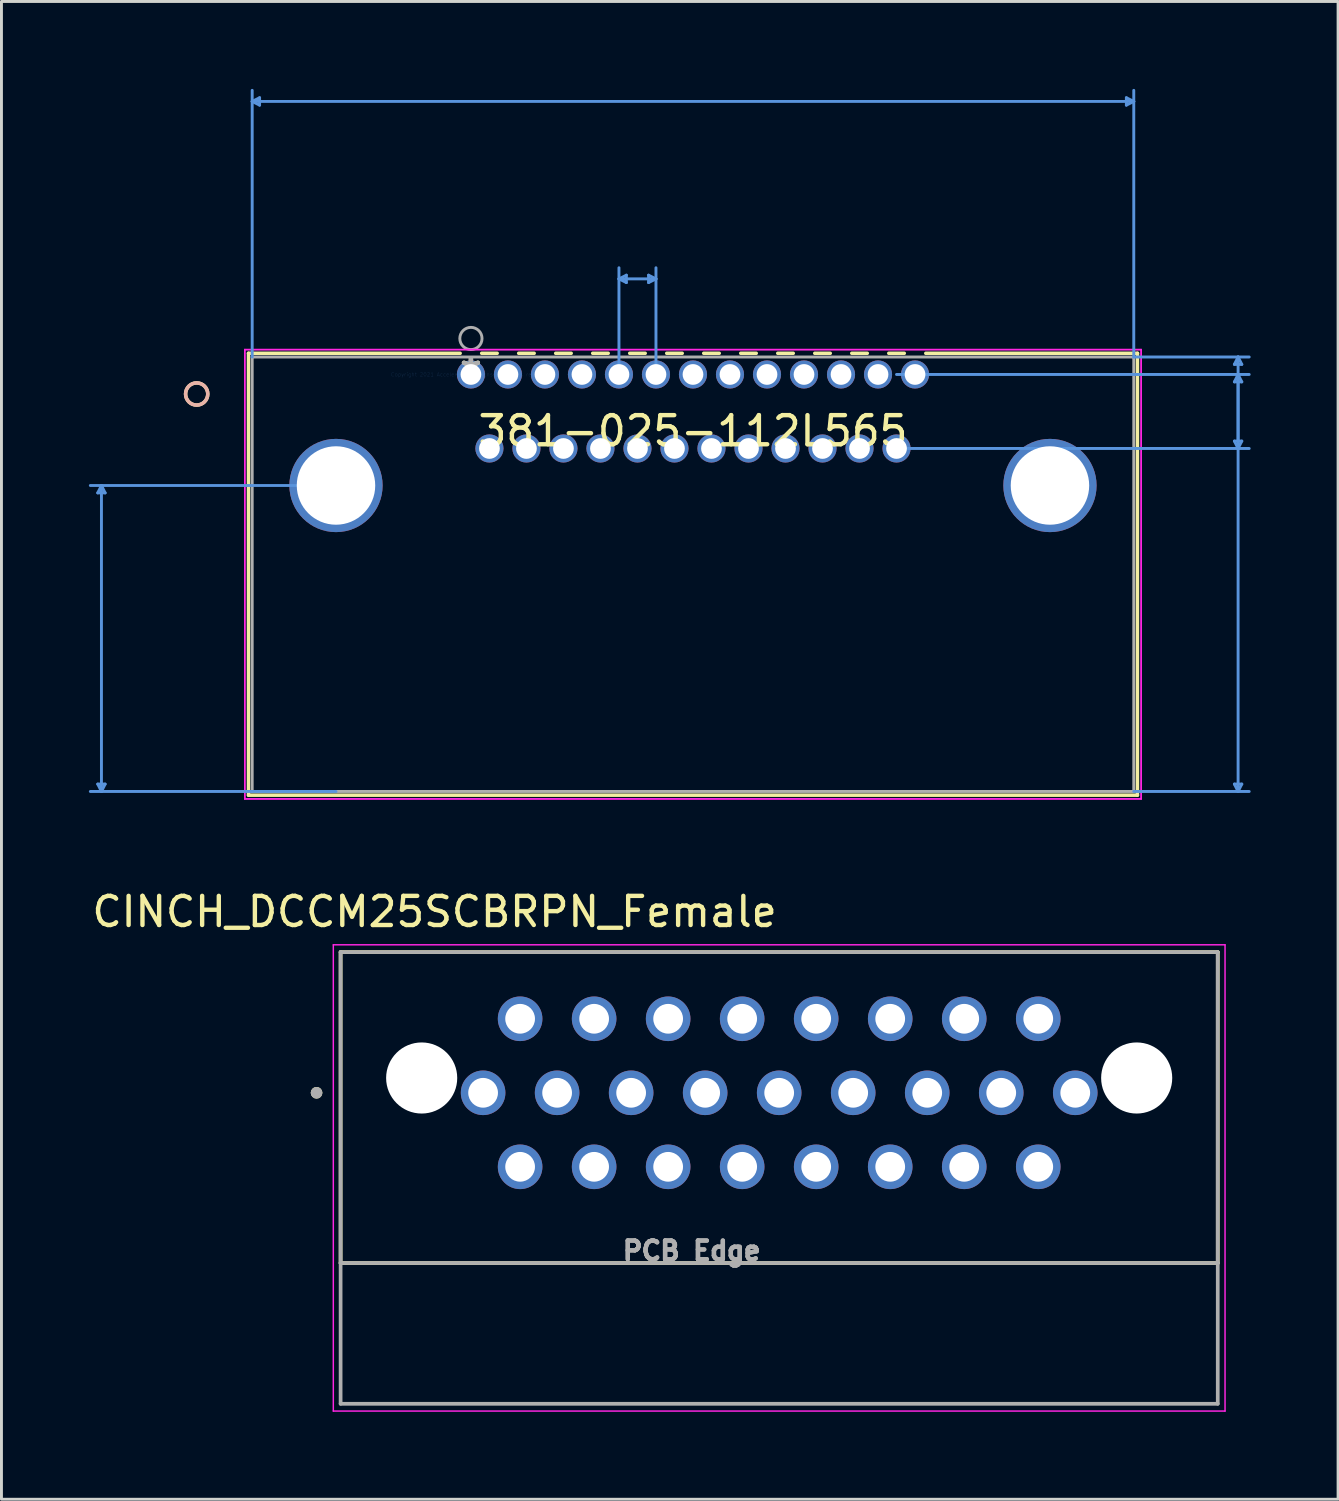
<source format=kicad_pcb>
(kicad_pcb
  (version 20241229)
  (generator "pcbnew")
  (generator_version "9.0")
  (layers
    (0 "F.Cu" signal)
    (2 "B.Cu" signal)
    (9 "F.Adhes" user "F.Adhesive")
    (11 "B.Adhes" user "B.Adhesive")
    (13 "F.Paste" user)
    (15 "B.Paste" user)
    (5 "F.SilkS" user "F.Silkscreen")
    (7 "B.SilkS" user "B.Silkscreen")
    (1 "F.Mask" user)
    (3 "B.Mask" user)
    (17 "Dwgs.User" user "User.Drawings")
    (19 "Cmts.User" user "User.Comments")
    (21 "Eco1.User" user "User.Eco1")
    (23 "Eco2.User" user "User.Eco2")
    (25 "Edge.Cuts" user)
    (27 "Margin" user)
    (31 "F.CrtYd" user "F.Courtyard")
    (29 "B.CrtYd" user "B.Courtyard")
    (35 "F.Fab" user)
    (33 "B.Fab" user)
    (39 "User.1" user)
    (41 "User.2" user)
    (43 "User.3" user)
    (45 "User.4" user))
  (footprint "381-025-112L565"
    (layer "F.Cu")
    (at 13.11 9.8)
    (property "Reference" "381-025-112L565" (at 7.62 1.94 0) (layer "F.SilkS") (effects (font (size 1 1) (thickness 0.15))))
    (attr through_hole)
    (fp_line (start -7.633 -0.727) (end -7.633 14.437) (stroke (width 0.12) (type solid)) (layer "F.SilkS"))
    (fp_line (start -7.633 14.437) (end 22.873 14.437) (stroke (width 0.12) (type solid)) (layer "F.SilkS"))
    (fp_line (start -0.369 -0.727) (end -7.633 -0.727) (stroke (width 0.12) (type solid)) (layer "F.SilkS"))
    (fp_line (start 0.901 -0.727) (end 0.369 -0.727) (stroke (width 0.12) (type solid)) (layer "F.SilkS"))
    (fp_line (start 2.171 -0.727) (end 1.639 -0.727) (stroke (width 0.12) (type solid)) (layer "F.SilkS"))
    (fp_line (start 3.441 -0.727) (end 2.909 -0.727) (stroke (width 0.12) (type solid)) (layer "F.SilkS"))
    (fp_line (start 4.711 -0.727) (end 4.179 -0.727) (stroke (width 0.12) (type solid)) (layer "F.SilkS"))
    (fp_line (start 5.981 -0.727) (end 5.449 -0.727) (stroke (width 0.12) (type solid)) (layer "F.SilkS"))
    (fp_line (start 7.251 -0.727) (end 6.719 -0.727) (stroke (width 0.12) (type solid)) (layer "F.SilkS"))
    (fp_line (start 8.521 -0.727) (end 7.989 -0.727) (stroke (width 0.12) (type solid)) (layer "F.SilkS"))
    (fp_line (start 9.791 -0.727) (end 9.259 -0.727) (stroke (width 0.12) (type solid)) (layer "F.SilkS"))
    (fp_line (start 11.061 -0.727) (end 10.529 -0.727) (stroke (width 0.12) (type solid)) (layer "F.SilkS"))
    (fp_line (start 12.331 -0.727) (end 11.799 -0.727) (stroke (width 0.12) (type solid)) (layer "F.SilkS"))
    (fp_line (start 13.601 -0.727) (end 13.069 -0.727) (stroke (width 0.12) (type solid)) (layer "F.SilkS"))
    (fp_line (start 14.871 -0.727) (end 14.339 -0.727) (stroke (width 0.12) (type solid)) (layer "F.SilkS"))
    (fp_line (start 22.873 -0.727) (end 15.609 -0.727) (stroke (width 0.12) (type solid)) (layer "F.SilkS"))
    (fp_line (start 22.873 14.437) (end 22.873 -0.727) (stroke (width 0.12) (type solid)) (layer "F.SilkS"))
    (fp_circle (center -9.411 0.67) (end -9.03 0.67) (stroke (width 0.12) (type solid)) (fill no) (layer "F.SilkS"))
    (fp_circle (center -9.411 0.67) (end -9.03 0.67) (stroke (width 0.12) (type solid)) (fill no) (layer "B.SilkS"))
    (fp_line (start -12.806 14.056) (end -12.679 14.31) (stroke (width 0.1) (type solid)) (layer "Cmts.User"))
    (fp_line (start -12.806 4.064) (end -12.679 3.81) (stroke (width 0.1) (type solid)) (layer "Cmts.User"))
    (fp_line (start -12.806 4.064) (end -12.552 4.064) (stroke (width 0.1) (type solid)) (layer "Cmts.User"))
    (fp_line (start -12.679 3.81) (end -12.679 14.31) (stroke (width 0.1) (type solid)) (layer "Cmts.User"))
    (fp_line (start -12.552 14.056) (end -12.806 14.056) (stroke (width 0.1) (type solid)) (layer "Cmts.User"))
    (fp_line (start -12.552 14.056) (end -12.679 14.31) (stroke (width 0.1) (type solid)) (layer "Cmts.User"))
    (fp_line (start -12.552 4.064) (end -12.679 3.81) (stroke (width 0.1) (type solid)) (layer "Cmts.User"))
    (fp_line (start -7.506 -9.369) (end 22.746 -9.369) (stroke (width 0.1) (type solid)) (layer "Cmts.User"))
    (fp_line (start -7.506 -0.6) (end -7.506 -9.75) (stroke (width 0.1) (type solid)) (layer "Cmts.User"))
    (fp_line (start -7.252 -9.242) (end -7.506 -9.369) (stroke (width 0.1) (type solid)) (layer "Cmts.User"))
    (fp_line (start -7.252 -9.242) (end -7.252 -9.496) (stroke (width 0.1) (type solid)) (layer "Cmts.User"))
    (fp_line (start -7.252 -9.496) (end -7.506 -9.369) (stroke (width 0.1) (type solid)) (layer "Cmts.User"))
    (fp_line (start -4.63 3.81) (end -13.06 3.81) (stroke (width 0.1) (type solid)) (layer "Cmts.User"))
    (fp_line (start -4.63 14.31) (end -13.06 14.31) (stroke (width 0.1) (type solid)) (layer "Cmts.User"))
    (fp_line (start 5.08 -3.28) (end 6.35 -3.28) (stroke (width 0.1) (type solid)) (layer "Cmts.User"))
    (fp_line (start 5.08 0) (end 5.08 -3.661) (stroke (width 0.1) (type solid)) (layer "Cmts.User"))
    (fp_line (start 5.334 -3.153) (end 5.08 -3.28) (stroke (width 0.1) (type solid)) (layer "Cmts.User"))
    (fp_line (start 5.334 -3.153) (end 5.334 -3.407) (stroke (width 0.1) (type solid)) (layer "Cmts.User"))
    (fp_line (start 5.334 -3.407) (end 5.08 -3.28) (stroke (width 0.1) (type solid)) (layer "Cmts.User"))
    (fp_line (start 6.096 -3.153) (end 6.35 -3.28) (stroke (width 0.1) (type solid)) (layer "Cmts.User"))
    (fp_line (start 6.096 -3.407) (end 6.096 -3.153) (stroke (width 0.1) (type solid)) (layer "Cmts.User"))
    (fp_line (start 6.096 -3.407) (end 6.35 -3.28) (stroke (width 0.1) (type solid)) (layer "Cmts.User"))
    (fp_line (start 6.35 0) (end 6.35 -3.661) (stroke (width 0.1) (type solid)) (layer "Cmts.User"))
    (fp_line (start 14.605 0) (end 26.707 0) (stroke (width 0.1) (type solid)) (layer "Cmts.User"))
    (fp_line (start 14.605 2.54) (end 26.707 2.54) (stroke (width 0.1) (type solid)) (layer "Cmts.User"))
    (fp_line (start 22.492 -9.496) (end 22.492 -9.242) (stroke (width 0.1) (type solid)) (layer "Cmts.User"))
    (fp_line (start 22.492 -9.496) (end 22.746 -9.369) (stroke (width 0.1) (type solid)) (layer "Cmts.User"))
    (fp_line (start 22.492 -9.242) (end 22.746 -9.369) (stroke (width 0.1) (type solid)) (layer "Cmts.User"))
    (fp_line (start 22.746 -0.6) (end 22.746 -9.75) (stroke (width 0.1) (type solid)) (layer "Cmts.User"))
    (fp_line (start 22.746 -0.6) (end 26.707 -0.6) (stroke (width 0.1) (type solid)) (layer "Cmts.User"))
    (fp_line (start 22.746 14.31) (end 26.707 14.31) (stroke (width 0.1) (type solid)) (layer "Cmts.User"))
    (fp_line (start 26.199 2.286) (end 26.326 2.54) (stroke (width 0.1) (type solid)) (layer "Cmts.User"))
    (fp_line (start 26.199 14.056) (end 26.326 14.31) (stroke (width 0.1) (type solid)) (layer "Cmts.User"))
    (fp_line (start 26.199 -0.346) (end 26.326 -0.6) (stroke (width 0.1) (type solid)) (layer "Cmts.User"))
    (fp_line (start 26.199 -0.346) (end 26.453 -0.346) (stroke (width 0.1) (type solid)) (layer "Cmts.User"))
    (fp_line (start 26.199 0.254) (end 26.326 0) (stroke (width 0.1) (type solid)) (layer "Cmts.User"))
    (fp_line (start 26.199 0.254) (end 26.453 0.254) (stroke (width 0.1) (type solid)) (layer "Cmts.User"))
    (fp_line (start 26.326 -0.6) (end 26.326 14.31) (stroke (width 0.1) (type solid)) (layer "Cmts.User"))
    (fp_line (start 26.326 0) (end 26.326 2.54) (stroke (width 0.1) (type solid)) (layer "Cmts.User"))
    (fp_line (start 26.453 2.286) (end 26.199 2.286) (stroke (width 0.1) (type solid)) (layer "Cmts.User"))
    (fp_line (start 26.453 2.286) (end 26.326 2.54) (stroke (width 0.1) (type solid)) (layer "Cmts.User"))
    (fp_line (start 26.453 14.056) (end 26.199 14.056) (stroke (width 0.1) (type solid)) (layer "Cmts.User"))
    (fp_line (start 26.453 14.056) (end 26.326 14.31) (stroke (width 0.1) (type solid)) (layer "Cmts.User"))
    (fp_line (start 26.453 -0.346) (end 26.326 -0.6) (stroke (width 0.1) (type solid)) (layer "Cmts.User"))
    (fp_line (start 26.453 0.254) (end 26.326 0) (stroke (width 0.1) (type solid)) (layer "Cmts.User"))
    (fp_line (start -7.76 -0.854) (end -7.76 14.564) (stroke (width 0.05) (type solid)) (layer "F.CrtYd"))
    (fp_line (start -7.76 -0.854) (end -7.76 14.564) (stroke (width 0.05) (type solid)) (layer "F.CrtYd"))
    (fp_line (start -7.76 14.564) (end 23 14.564) (stroke (width 0.05) (type solid)) (layer "F.CrtYd"))
    (fp_line (start -7.76 14.564) (end 23 14.564) (stroke (width 0.05) (type solid)) (layer "F.CrtYd"))
    (fp_line (start 23 -0.854) (end -7.76 -0.854) (stroke (width 0.05) (type solid)) (layer "F.CrtYd"))
    (fp_line (start 23 -0.854) (end -7.76 -0.854) (stroke (width 0.05) (type solid)) (layer "F.CrtYd"))
    (fp_line (start 23 14.564) (end 23 -0.854) (stroke (width 0.05) (type solid)) (layer "F.CrtYd"))
    (fp_line (start 23 14.564) (end 23 -0.854) (stroke (width 0.05) (type solid)) (layer "F.CrtYd"))
    (fp_line (start -7.506 -0.6) (end -7.506 14.31) (stroke (width 0.1) (type solid)) (layer "F.Fab"))
    (fp_line (start -7.506 14.31) (end 22.746 14.31) (stroke (width 0.1) (type solid)) (layer "F.Fab"))
    (fp_line (start 22.746 -0.6) (end -7.506 -0.6) (stroke (width 0.1) (type solid)) (layer "F.Fab"))
    (fp_line (start 22.746 14.31) (end 22.746 -0.6) (stroke (width 0.1) (type solid)) (layer "F.Fab"))
    (fp_circle (center 0 -1.235) (end 0.381 -1.235) (stroke (width 0.1) (type solid)) (fill no) (layer "F.Fab"))
    (fp_text user "*" (at 0 0 0) (layer "F.SilkS") (effects (font (size 1 1) (thickness 0.15))))
    (fp_text user "Copyright 2021 Accelerated Designs. All rights reserved." (at 0 0 0) (layer "Cmts.User") (effects (font (size 0.127 0.127) (thickness 0.002))))
    (fp_text user "*" (at 0 0 0) (layer "F.Fab") (effects (font (size 1 1) (thickness 0.15))))
    (pad "0" thru_hole circle (at -4.63 3.81) (size 3.2 3.2) (drill 2.692) (layers "*.Cu" "*.Mask"))
    (pad "0" thru_hole circle (at 19.87 3.81) (size 3.2 3.2) (drill 2.692) (layers "*.Cu" "*.Mask"))
    (pad "1" thru_hole circle (at 0 0) (size 0.965 0.965) (drill 0.711) (layers "*.Cu" "*.Mask"))
    (pad "2" thru_hole circle (at 1.27 0) (size 0.965 0.965) (drill 0.711) (layers "*.Cu" "*.Mask"))
    (pad "3" thru_hole circle (at 2.54 0) (size 0.965 0.965) (drill 0.711) (layers "*.Cu" "*.Mask"))
    (pad "4" thru_hole circle (at 3.81 0) (size 0.965 0.965) (drill 0.711) (layers "*.Cu" "*.Mask"))
    (pad "5" thru_hole circle (at 5.08 0) (size 0.965 0.965) (drill 0.711) (layers "*.Cu" "*.Mask"))
    (pad "6" thru_hole circle (at 6.35 0) (size 0.965 0.965) (drill 0.711) (layers "*.Cu" "*.Mask"))
    (pad "7" thru_hole circle (at 7.62 0) (size 0.965 0.965) (drill 0.711) (layers "*.Cu" "*.Mask"))
    (pad "8" thru_hole circle (at 8.89 0) (size 0.965 0.965) (drill 0.711) (layers "*.Cu" "*.Mask"))
    (pad "9" thru_hole circle (at 10.16 0) (size 0.965 0.965) (drill 0.711) (layers "*.Cu" "*.Mask"))
    (pad "10" thru_hole circle (at 11.43 0) (size 0.965 0.965) (drill 0.711) (layers "*.Cu" "*.Mask"))
    (pad "11" thru_hole circle (at 12.7 0) (size 0.965 0.965) (drill 0.711) (layers "*.Cu" "*.Mask"))
    (pad "12" thru_hole circle (at 13.97 0) (size 0.965 0.965) (drill 0.711) (layers "*.Cu" "*.Mask"))
    (pad "13" thru_hole circle (at 15.24 0) (size 0.965 0.965) (drill 0.711) (layers "*.Cu" "*.Mask"))
    (pad "14" thru_hole circle (at 0.635 2.54) (size 0.965 0.965) (drill 0.711) (layers "*.Cu" "*.Mask"))
    (pad "15" thru_hole circle (at 1.905 2.54) (size 0.965 0.965) (drill 0.711) (layers "*.Cu" "*.Mask"))
    (pad "16" thru_hole circle (at 3.175 2.54) (size 0.965 0.965) (drill 0.711) (layers "*.Cu" "*.Mask"))
    (pad "17" thru_hole circle (at 4.445 2.54) (size 0.965 0.965) (drill 0.711) (layers "*.Cu" "*.Mask"))
    (pad "18" thru_hole circle (at 5.715 2.54) (size 0.965 0.965) (drill 0.711) (layers "*.Cu" "*.Mask"))
    (pad "19" thru_hole circle (at 6.985 2.54) (size 0.965 0.965) (drill 0.711) (layers "*.Cu" "*.Mask"))
    (pad "20" thru_hole circle (at 8.255 2.54) (size 0.965 0.965) (drill 0.711) (layers "*.Cu" "*.Mask"))
    (pad "21" thru_hole circle (at 9.525 2.54) (size 0.965 0.965) (drill 0.711) (layers "*.Cu" "*.Mask"))
    (pad "22" thru_hole circle (at 10.795 2.54) (size 0.965 0.965) (drill 0.711) (layers "*.Cu" "*.Mask"))
    (pad "23" thru_hole circle (at 12.065 2.54) (size 0.965 0.965) (drill 0.711) (layers "*.Cu" "*.Mask"))
    (pad "24" thru_hole circle (at 13.335 2.54) (size 0.965 0.965) (drill 0.711) (layers "*.Cu" "*.Mask"))
    (pad "25" thru_hole circle (at 14.605 2.54) (size 0.965 0.965) (drill 0.711) (layers "*.Cu" "*.Mask")))
  (footprint "CINCH_DCCM25SCBRPN_Female"
    (layer "F.Cu")
    (at 23.688 37.372)
    (property "Reference" "CINCH_DCCM25SCBRPN_Female" (at -11.825 -9.135 0) (layer "F.SilkS") (effects (font (size 1 1) (thickness 0.15))))
    (attr through_hole)
    (fp_line (start -15.05 -7.75) (end 15.05 -7.75) (stroke (width 0.127) (type solid)) (layer "F.SilkS"))
    (fp_line (start -15.05 2.92) (end -15.05 -7.75) (stroke (width 0.127) (type solid)) (layer "F.SilkS"))
    (fp_line (start -15.05 2.92) (end 15.05 2.92) (stroke (width 0.127) (type solid)) (layer "F.SilkS"))
    (fp_line (start 15.05 -7.75) (end 15.05 2.92) (stroke (width 0.127) (type solid)) (layer "F.SilkS"))
    (fp_circle (center -15.875 -2.922) (end -15.775 -2.922) (stroke (width 0.2) (type solid)) (fill no) (layer "F.SilkS"))
    (fp_line (start -15.3 -8) (end -15.3 8) (stroke (width 0.05) (type solid)) (layer "F.CrtYd"))
    (fp_line (start -15.3 8) (end 15.3 8) (stroke (width 0.05) (type solid)) (layer "F.CrtYd"))
    (fp_line (start 15.3 -8) (end -15.3 -8) (stroke (width 0.05) (type solid)) (layer "F.CrtYd"))
    (fp_line (start 15.3 8) (end 15.3 -8) (stroke (width 0.05) (type solid)) (layer "F.CrtYd"))
    (fp_line (start -15.05 -7.75) (end 15.05 -7.75) (stroke (width 0.127) (type solid)) (layer "F.Fab"))
    (fp_line (start -15.05 2.92) (end -15.05 -7.75) (stroke (width 0.127) (type solid)) (layer "F.Fab"))
    (fp_line (start -15.05 2.92) (end 15.05 2.92) (stroke (width 0.127) (type solid)) (layer "F.Fab"))
    (fp_line (start -15.05 7.75) (end -15.05 2.92) (stroke (width 0.127) (type solid)) (layer "F.Fab"))
    (fp_line (start 15.05 -7.75) (end 15.05 2.92) (stroke (width 0.127) (type solid)) (layer "F.Fab"))
    (fp_line (start 15.05 2.92) (end 15.05 7.75) (stroke (width 0.127) (type solid)) (layer "F.Fab"))
    (fp_line (start 15.05 7.75) (end -15.05 7.75) (stroke (width 0.127) (type solid)) (layer "F.Fab"))
    (fp_circle (center -15.875 -2.922) (end -15.775 -2.922) (stroke (width 0.2) (type solid)) (fill no) (layer "F.Fab"))
    (fp_text user "PCB Edge" (at -3 2.5 0) (layer "F.Fab") (effects (font (size 0.64 0.64) (thickness 0.15))))
    (fp_text user "PCB Edge" (at -3 2.5 0) (layer "F.Fab") (effects (font (size 0.64 0.64) (thickness 0.15))))
    (pad "" np_thru_hole circle (at -12.268 -3.43) (size 2.44 2.44) (drill 2.44) (layers "*.Cu" "*.Mask"))
    (pad "" np_thru_hole circle (at 12.268 -3.43) (size 2.44 2.44) (drill 2.44) (layers "*.Cu" "*.Mask"))
    (pad "1" thru_hole circle (at -10.16 -2.922) (size 1.53 1.53) (drill 1.02) (layers "*.Cu" "*.Mask"))
    (pad "2" thru_hole circle (at -8.89 -0.382) (size 1.53 1.53) (drill 1.02) (layers "*.Cu" "*.Mask"))
    (pad "3" thru_hole circle (at -6.35 -0.382) (size 1.53 1.53) (drill 1.02) (layers "*.Cu" "*.Mask"))
    (pad "4" thru_hole circle (at -3.81 -0.382) (size 1.53 1.53) (drill 1.02) (layers "*.Cu" "*.Mask"))
    (pad "5" thru_hole circle (at -2.54 -2.922) (size 1.53 1.53) (drill 1.02) (layers "*.Cu" "*.Mask"))
    (pad "6" thru_hole circle (at -1.27 -0.382) (size 1.53 1.53) (drill 1.02) (layers "*.Cu" "*.Mask"))
    (pad "7" thru_hole circle (at 0 -2.922) (size 1.53 1.53) (drill 1.02) (layers "*.Cu" "*.Mask"))
    (pad "8" thru_hole circle (at 1.27 -0.382) (size 1.53 1.53) (drill 1.02) (layers "*.Cu" "*.Mask"))
    (pad "9" thru_hole circle (at 2.54 -2.922) (size 1.53 1.53) (drill 1.02) (layers "*.Cu" "*.Mask"))
    (pad "10" thru_hole circle (at 3.81 -0.382) (size 1.53 1.53) (drill 1.02) (layers "*.Cu" "*.Mask"))
    (pad "11" thru_hole circle (at 6.35 -0.382) (size 1.53 1.53) (drill 1.02) (layers "*.Cu" "*.Mask"))
    (pad "12" thru_hole circle (at 8.89 -0.382) (size 1.53 1.53) (drill 1.02) (layers "*.Cu" "*.Mask"))
    (pad "13" thru_hole circle (at 10.16 -2.922) (size 1.53 1.53) (drill 1.02) (layers "*.Cu" "*.Mask"))
    (pad "14" thru_hole circle (at -8.89 -5.462) (size 1.53 1.53) (drill 1.02) (layers "*.Cu" "*.Mask"))
    (pad "15" thru_hole circle (at -7.62 -2.922) (size 1.53 1.53) (drill 1.02) (layers "*.Cu" "*.Mask"))
    (pad "16" thru_hole circle (at -6.35 -5.462) (size 1.53 1.53) (drill 1.02) (layers "*.Cu" "*.Mask"))
    (pad "17" thru_hole circle (at -5.08 -2.922) (size 1.53 1.53) (drill 1.02) (layers "*.Cu" "*.Mask"))
    (pad "18" thru_hole circle (at -3.81 -5.462) (size 1.53 1.53) (drill 1.02) (layers "*.Cu" "*.Mask"))
    (pad "19" thru_hole circle (at -1.27 -5.462) (size 1.53 1.53) (drill 1.02) (layers "*.Cu" "*.Mask"))
    (pad "20" thru_hole circle (at 1.27 -5.462) (size 1.53 1.53) (drill 1.02) (layers "*.Cu" "*.Mask"))
    (pad "21" thru_hole circle (at 3.81 -5.462) (size 1.53 1.53) (drill 1.02) (layers "*.Cu" "*.Mask"))
    (pad "22" thru_hole circle (at 5.08 -2.922) (size 1.53 1.53) (drill 1.02) (layers "*.Cu" "*.Mask"))
    (pad "23" thru_hole circle (at 6.35 -5.462) (size 1.53 1.53) (drill 1.02) (layers "*.Cu" "*.Mask"))
    (pad "24" thru_hole circle (at 7.62 -2.922) (size 1.53 1.53) (drill 1.02) (layers "*.Cu" "*.Mask"))
    (pad "25" thru_hole circle (at 8.89 -5.462) (size 1.53 1.53) (drill 1.02) (layers "*.Cu" "*.Mask")))
  (gr_rect
    (start -3 -3)
    (end 42.867 48.397)
    (stroke (width 0.1) (type default))
    (fill no)
    (layer "Edge.Cuts")))
</source>
